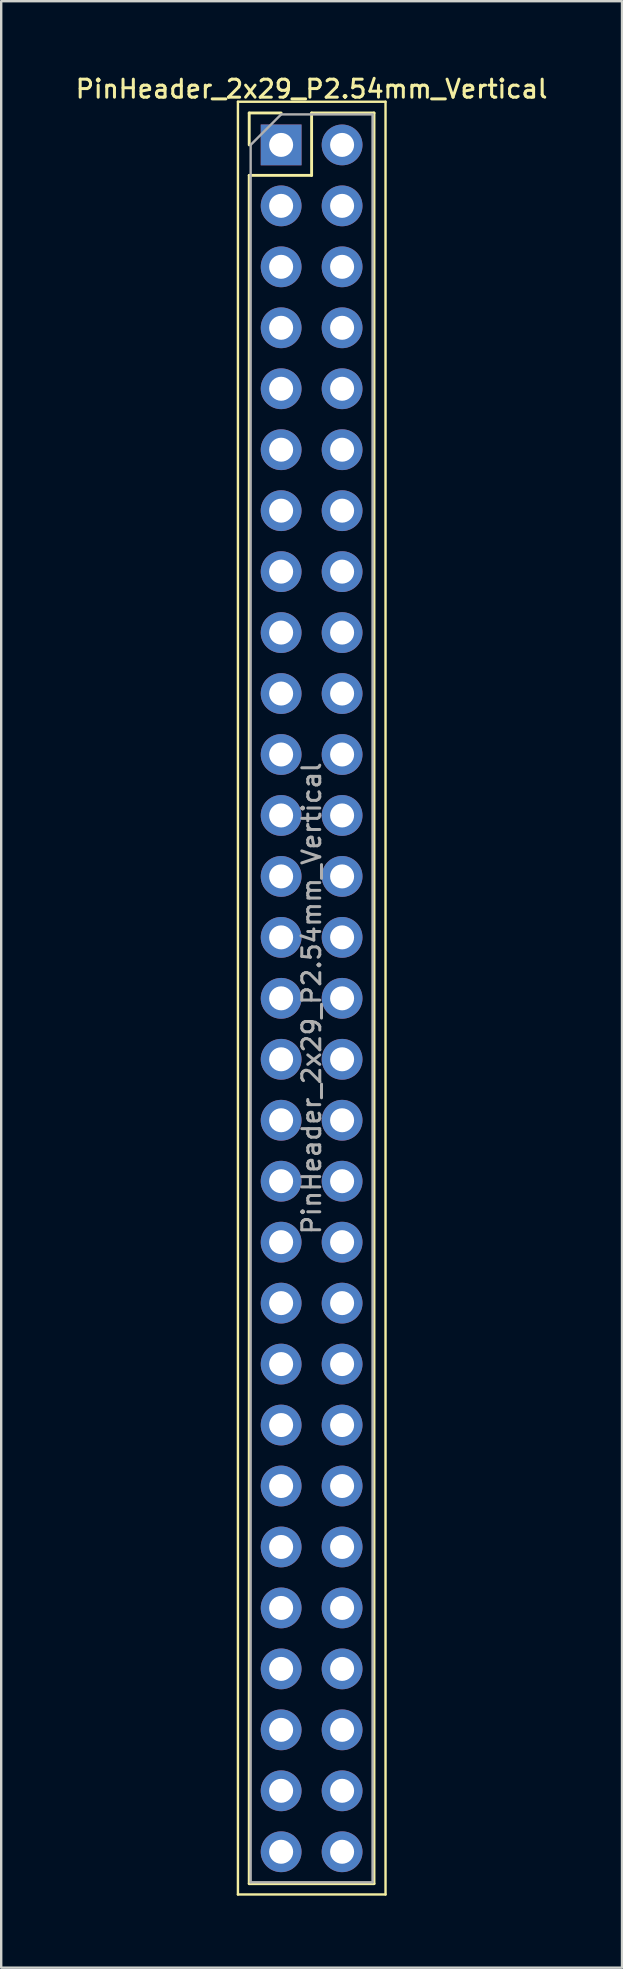
<source format=kicad_pcb>
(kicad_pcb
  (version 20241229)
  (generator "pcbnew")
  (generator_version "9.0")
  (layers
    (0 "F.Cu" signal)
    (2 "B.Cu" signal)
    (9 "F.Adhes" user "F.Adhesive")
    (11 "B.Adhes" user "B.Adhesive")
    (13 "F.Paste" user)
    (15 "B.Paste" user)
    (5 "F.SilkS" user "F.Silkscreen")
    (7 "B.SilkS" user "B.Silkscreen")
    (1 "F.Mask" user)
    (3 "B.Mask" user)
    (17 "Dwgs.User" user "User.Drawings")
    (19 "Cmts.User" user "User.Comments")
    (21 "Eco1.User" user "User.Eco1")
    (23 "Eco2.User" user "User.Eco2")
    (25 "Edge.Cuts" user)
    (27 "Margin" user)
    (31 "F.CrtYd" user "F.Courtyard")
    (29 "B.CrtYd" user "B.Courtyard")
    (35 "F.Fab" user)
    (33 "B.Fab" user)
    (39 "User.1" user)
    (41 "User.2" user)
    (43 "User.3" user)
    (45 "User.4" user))
  (footprint "PinHeader_2x29_P2.54mm_Vertical"
    (layer "F.Cu")
    (at 8.664 2.988)
    (property "Reference" "PinHeader_2x29_P2.54mm_Vertical" (at 1.27 -2.33 0) (layer "F.SilkS") (effects (font (size 0.75 0.75) (thickness 0.125))))
    (attr through_hole)
    (fp_line (start -1.8 -1.8) (end -1.8 72.9) (stroke (width 0.1) (type solid)) (layer "F.SilkS"))
    (fp_line (start -1.8 72.9) (end 4.35 72.9) (stroke (width 0.1) (type solid)) (layer "F.SilkS"))
    (fp_line (start -1.33 -1.33) (end 0 -1.33) (stroke (width 0.12) (type solid)) (layer "F.SilkS"))
    (fp_line (start -1.33 0) (end -1.33 -1.33) (stroke (width 0.12) (type solid)) (layer "F.SilkS"))
    (fp_line (start -1.33 1.27) (end -1.33 72.45) (stroke (width 0.12) (type solid)) (layer "F.SilkS"))
    (fp_line (start -1.33 1.27) (end 1.27 1.27) (stroke (width 0.12) (type solid)) (layer "F.SilkS"))
    (fp_line (start -1.33 72.45) (end 3.87 72.45) (stroke (width 0.12) (type solid)) (layer "F.SilkS"))
    (fp_line (start 1.27 -1.33) (end 3.87 -1.33) (stroke (width 0.12) (type solid)) (layer "F.SilkS"))
    (fp_line (start 1.27 1.27) (end 1.27 -1.33) (stroke (width 0.12) (type solid)) (layer "F.SilkS"))
    (fp_line (start 3.87 -1.33) (end 3.87 72.45) (stroke (width 0.12) (type solid)) (layer "F.SilkS"))
    (fp_line (start 4.35 -1.8) (end -1.8 -1.8) (stroke (width 0.1) (type solid)) (layer "F.SilkS"))
    (fp_line (start 4.35 72.9) (end 4.35 -1.8) (stroke (width 0.1) (type solid)) (layer "F.SilkS"))
    (fp_line (start -1.27 0) (end 0 -1.27) (stroke (width 0.1) (type solid)) (layer "F.Fab"))
    (fp_line (start -1.27 72.39) (end -1.27 0) (stroke (width 0.1) (type solid)) (layer "F.Fab"))
    (fp_line (start 0 -1.27) (end 3.81 -1.27) (stroke (width 0.1) (type solid)) (layer "F.Fab"))
    (fp_line (start 3.81 -1.27) (end 3.81 72.39) (stroke (width 0.1) (type solid)) (layer "F.Fab"))
    (fp_line (start 3.81 72.39) (end -1.27 72.39) (stroke (width 0.1) (type solid)) (layer "F.Fab"))
    (fp_text user "${REFERENCE}" (at 1.27 35.56 90) (layer "F.Fab") (effects (font (size 0.75 0.75) (thickness 0.125))))
    (pad "1" thru_hole rect (at 0 0) (size 1.7 1.7) (drill 1) (layers "*.Cu" "*.Mask"))
    (pad "2" thru_hole oval (at 2.54 0) (size 1.7 1.7) (drill 1) (layers "*.Cu" "*.Mask"))
    (pad "3" thru_hole oval (at 0 2.54) (size 1.7 1.7) (drill 1) (layers "*.Cu" "*.Mask"))
    (pad "4" thru_hole oval (at 2.54 2.54) (size 1.7 1.7) (drill 1) (layers "*.Cu" "*.Mask"))
    (pad "5" thru_hole oval (at 0 5.08) (size 1.7 1.7) (drill 1) (layers "*.Cu" "*.Mask"))
    (pad "6" thru_hole oval (at 2.54 5.08) (size 1.7 1.7) (drill 1) (layers "*.Cu" "*.Mask"))
    (pad "7" thru_hole oval (at 0 7.62) (size 1.7 1.7) (drill 1) (layers "*.Cu" "*.Mask"))
    (pad "8" thru_hole oval (at 2.54 7.62) (size 1.7 1.7) (drill 1) (layers "*.Cu" "*.Mask"))
    (pad "9" thru_hole oval (at 0 10.16) (size 1.7 1.7) (drill 1) (layers "*.Cu" "*.Mask"))
    (pad "10" thru_hole oval (at 2.54 10.16) (size 1.7 1.7) (drill 1) (layers "*.Cu" "*.Mask"))
    (pad "11" thru_hole oval (at 0 12.7) (size 1.7 1.7) (drill 1) (layers "*.Cu" "*.Mask"))
    (pad "12" thru_hole oval (at 2.54 12.7) (size 1.7 1.7) (drill 1) (layers "*.Cu" "*.Mask"))
    (pad "13" thru_hole oval (at 0 15.24) (size 1.7 1.7) (drill 1) (layers "*.Cu" "*.Mask"))
    (pad "14" thru_hole oval (at 2.54 15.24) (size 1.7 1.7) (drill 1) (layers "*.Cu" "*.Mask"))
    (pad "15" thru_hole oval (at 0 17.78) (size 1.7 1.7) (drill 1) (layers "*.Cu" "*.Mask"))
    (pad "16" thru_hole oval (at 2.54 17.78) (size 1.7 1.7) (drill 1) (layers "*.Cu" "*.Mask"))
    (pad "17" thru_hole oval (at 0 20.32) (size 1.7 1.7) (drill 1) (layers "*.Cu" "*.Mask"))
    (pad "18" thru_hole oval (at 2.54 20.32) (size 1.7 1.7) (drill 1) (layers "*.Cu" "*.Mask"))
    (pad "19" thru_hole oval (at 0 22.86) (size 1.7 1.7) (drill 1) (layers "*.Cu" "*.Mask"))
    (pad "20" thru_hole oval (at 2.54 22.86) (size 1.7 1.7) (drill 1) (layers "*.Cu" "*.Mask"))
    (pad "21" thru_hole oval (at 0 25.4) (size 1.7 1.7) (drill 1) (layers "*.Cu" "*.Mask"))
    (pad "22" thru_hole oval (at 2.54 25.4) (size 1.7 1.7) (drill 1) (layers "*.Cu" "*.Mask"))
    (pad "23" thru_hole oval (at 0 27.94) (size 1.7 1.7) (drill 1) (layers "*.Cu" "*.Mask"))
    (pad "24" thru_hole oval (at 2.54 27.94) (size 1.7 1.7) (drill 1) (layers "*.Cu" "*.Mask"))
    (pad "25" thru_hole oval (at 0 30.48) (size 1.7 1.7) (drill 1) (layers "*.Cu" "*.Mask"))
    (pad "26" thru_hole oval (at 2.54 30.48) (size 1.7 1.7) (drill 1) (layers "*.Cu" "*.Mask"))
    (pad "27" thru_hole oval (at 0 33.02) (size 1.7 1.7) (drill 1) (layers "*.Cu" "*.Mask"))
    (pad "28" thru_hole oval (at 2.54 33.02) (size 1.7 1.7) (drill 1) (layers "*.Cu" "*.Mask"))
    (pad "29" thru_hole oval (at 0 35.56) (size 1.7 1.7) (drill 1) (layers "*.Cu" "*.Mask"))
    (pad "30" thru_hole oval (at 2.54 35.56) (size 1.7 1.7) (drill 1) (layers "*.Cu" "*.Mask"))
    (pad "31" thru_hole oval (at 0 38.1) (size 1.7 1.7) (drill 1) (layers "*.Cu" "*.Mask"))
    (pad "32" thru_hole oval (at 2.54 38.1) (size 1.7 1.7) (drill 1) (layers "*.Cu" "*.Mask"))
    (pad "33" thru_hole oval (at 0 40.64) (size 1.7 1.7) (drill 1) (layers "*.Cu" "*.Mask"))
    (pad "34" thru_hole oval (at 2.54 40.64) (size 1.7 1.7) (drill 1) (layers "*.Cu" "*.Mask"))
    (pad "35" thru_hole oval (at 0 43.18) (size 1.7 1.7) (drill 1) (layers "*.Cu" "*.Mask"))
    (pad "36" thru_hole oval (at 2.54 43.18) (size 1.7 1.7) (drill 1) (layers "*.Cu" "*.Mask"))
    (pad "37" thru_hole oval (at 0 45.72) (size 1.7 1.7) (drill 1) (layers "*.Cu" "*.Mask"))
    (pad "38" thru_hole oval (at 2.54 45.72) (size 1.7 1.7) (drill 1) (layers "*.Cu" "*.Mask"))
    (pad "39" thru_hole oval (at 0 48.26) (size 1.7 1.7) (drill 1) (layers "*.Cu" "*.Mask"))
    (pad "40" thru_hole oval (at 2.54 48.26) (size 1.7 1.7) (drill 1) (layers "*.Cu" "*.Mask"))
    (pad "41" thru_hole oval (at 0 50.8) (size 1.7 1.7) (drill 1) (layers "*.Cu" "*.Mask"))
    (pad "42" thru_hole oval (at 2.54 50.8) (size 1.7 1.7) (drill 1) (layers "*.Cu" "*.Mask"))
    (pad "43" thru_hole oval (at 0 53.34) (size 1.7 1.7) (drill 1) (layers "*.Cu" "*.Mask"))
    (pad "44" thru_hole oval (at 2.54 53.34) (size 1.7 1.7) (drill 1) (layers "*.Cu" "*.Mask"))
    (pad "45" thru_hole oval (at 0 55.88) (size 1.7 1.7) (drill 1) (layers "*.Cu" "*.Mask"))
    (pad "46" thru_hole oval (at 2.54 55.88) (size 1.7 1.7) (drill 1) (layers "*.Cu" "*.Mask"))
    (pad "47" thru_hole oval (at 0 58.42) (size 1.7 1.7) (drill 1) (layers "*.Cu" "*.Mask"))
    (pad "48" thru_hole oval (at 2.54 58.42) (size 1.7 1.7) (drill 1) (layers "*.Cu" "*.Mask"))
    (pad "49" thru_hole oval (at 0 60.96) (size 1.7 1.7) (drill 1) (layers "*.Cu" "*.Mask"))
    (pad "50" thru_hole oval (at 2.54 60.96) (size 1.7 1.7) (drill 1) (layers "*.Cu" "*.Mask"))
    (pad "51" thru_hole oval (at 0 63.5) (size 1.7 1.7) (drill 1) (layers "*.Cu" "*.Mask"))
    (pad "52" thru_hole oval (at 2.54 63.5) (size 1.7 1.7) (drill 1) (layers "*.Cu" "*.Mask"))
    (pad "53" thru_hole oval (at 0 66.04) (size 1.7 1.7) (drill 1) (layers "*.Cu" "*.Mask"))
    (pad "54" thru_hole oval (at 2.54 66.04) (size 1.7 1.7) (drill 1) (layers "*.Cu" "*.Mask"))
    (pad "55" thru_hole oval (at 0 68.58) (size 1.7 1.7) (drill 1) (layers "*.Cu" "*.Mask"))
    (pad "56" thru_hole oval (at 2.54 68.58) (size 1.7 1.7) (drill 1) (layers "*.Cu" "*.Mask"))
    (pad "57" thru_hole oval (at 0 71.12) (size 1.7 1.7) (drill 1) (layers "*.Cu" "*.Mask"))
    (pad "58" thru_hole oval (at 2.54 71.12) (size 1.7 1.7) (drill 1) (layers "*.Cu" "*.Mask")))
  (gr_rect
    (start -3 -3)
    (end 22.868 78.938)
    (stroke (width 0.1) (type default))
    (fill no)
    (layer "Edge.Cuts")))
</source>
